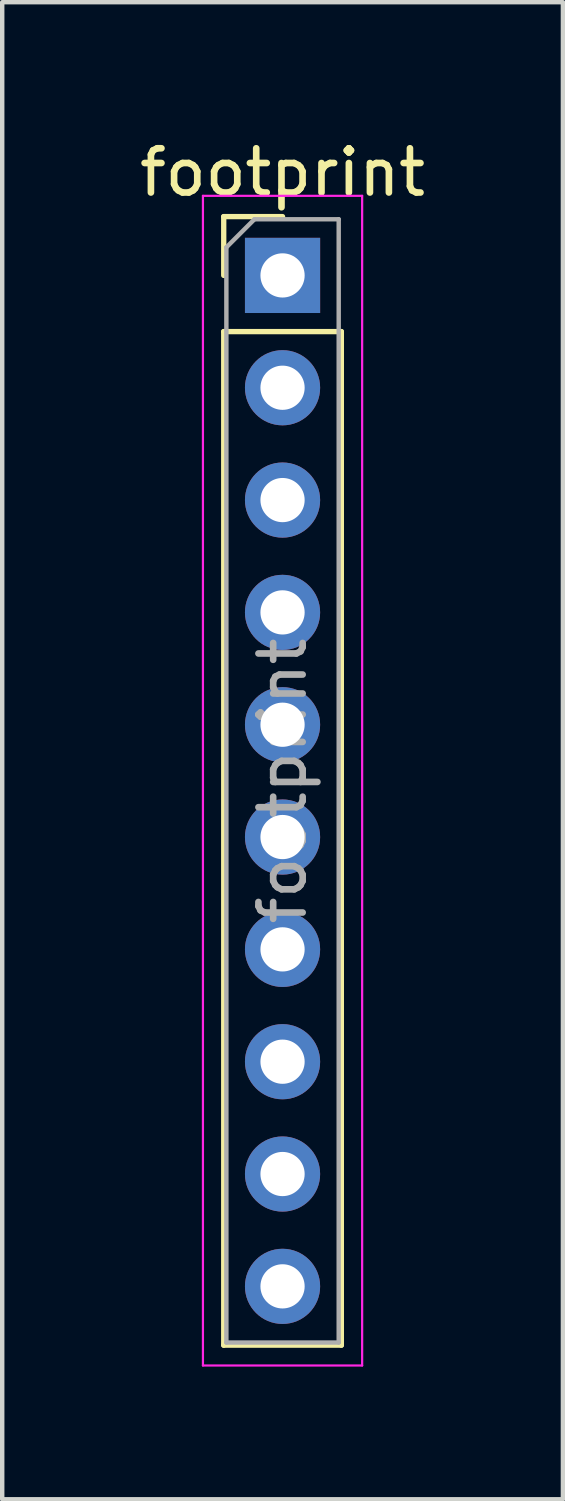
<source format=kicad_pcb>
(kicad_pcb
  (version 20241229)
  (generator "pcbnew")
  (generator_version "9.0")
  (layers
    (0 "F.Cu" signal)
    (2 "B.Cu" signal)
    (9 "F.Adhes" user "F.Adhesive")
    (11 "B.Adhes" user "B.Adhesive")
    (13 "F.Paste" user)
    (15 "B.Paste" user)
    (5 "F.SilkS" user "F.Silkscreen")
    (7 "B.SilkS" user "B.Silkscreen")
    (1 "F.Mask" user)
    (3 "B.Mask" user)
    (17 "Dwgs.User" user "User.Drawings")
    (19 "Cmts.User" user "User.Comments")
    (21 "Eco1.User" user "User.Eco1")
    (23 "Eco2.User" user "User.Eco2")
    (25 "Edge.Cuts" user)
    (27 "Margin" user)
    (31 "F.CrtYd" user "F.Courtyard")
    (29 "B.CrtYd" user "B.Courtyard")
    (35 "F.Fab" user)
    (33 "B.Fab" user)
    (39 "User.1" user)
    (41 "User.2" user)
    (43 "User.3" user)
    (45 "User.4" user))
  (footprint "footprint"
    (layer "F.Cu")
    (at 3.339 3.178)
    (property "Reference" "footprint" (at 0 -2.33 0) (layer "F.SilkS") (effects (font (size 1 1) (thickness 0.15))))
    (attr through_hole)
    (fp_line (start -1.33 -1.33) (end 0 -1.33) (stroke (width 0.12) (type solid)) (layer "F.SilkS"))
    (fp_line (start -1.33 0) (end -1.33 -1.33) (stroke (width 0.12) (type solid)) (layer "F.SilkS"))
    (fp_line (start -1.33 1.27) (end -1.33 24.19) (stroke (width 0.12) (type solid)) (layer "F.SilkS"))
    (fp_line (start -1.33 1.27) (end 1.33 1.27) (stroke (width 0.12) (type solid)) (layer "F.SilkS"))
    (fp_line (start -1.33 24.19) (end 1.33 24.19) (stroke (width 0.12) (type solid)) (layer "F.SilkS"))
    (fp_line (start 1.33 1.27) (end 1.33 24.19) (stroke (width 0.12) (type solid)) (layer "F.SilkS"))
    (fp_line (start -1.8 -1.8) (end -1.8 24.65) (stroke (width 0.05) (type solid)) (layer "F.CrtYd"))
    (fp_line (start -1.8 24.65) (end 1.8 24.65) (stroke (width 0.05) (type solid)) (layer "F.CrtYd"))
    (fp_line (start 1.8 -1.8) (end -1.8 -1.8) (stroke (width 0.05) (type solid)) (layer "F.CrtYd"))
    (fp_line (start 1.8 24.65) (end 1.8 -1.8) (stroke (width 0.05) (type solid)) (layer "F.CrtYd"))
    (fp_line (start -1.27 -0.635) (end -0.635 -1.27) (stroke (width 0.1) (type solid)) (layer "F.Fab"))
    (fp_line (start -1.27 24.13) (end -1.27 -0.635) (stroke (width 0.1) (type solid)) (layer "F.Fab"))
    (fp_line (start -0.635 -1.27) (end 1.27 -1.27) (stroke (width 0.1) (type solid)) (layer "F.Fab"))
    (fp_line (start 1.27 -1.27) (end 1.27 24.13) (stroke (width 0.1) (type solid)) (layer "F.Fab"))
    (fp_line (start 1.27 24.13) (end -1.27 24.13) (stroke (width 0.1) (type solid)) (layer "F.Fab"))
    (fp_text user "${REFERENCE}" (at 0 11.43 90) (layer "F.Fab") (effects (font (size 1 1) (thickness 0.15))))
    (pad "1" thru_hole rect (at 0 0) (size 1.7 1.7) (drill 1) (layers "*.Cu" "*.Mask"))
    (pad "2" thru_hole oval (at 0 2.54) (size 1.7 1.7) (drill 1) (layers "*.Cu" "*.Mask"))
    (pad "3" thru_hole oval (at 0 5.08) (size 1.7 1.7) (drill 1) (layers "*.Cu" "*.Mask"))
    (pad "4" thru_hole oval (at 0 7.62) (size 1.7 1.7) (drill 1) (layers "*.Cu" "*.Mask"))
    (pad "5" thru_hole oval (at 0 10.16) (size 1.7 1.7) (drill 1) (layers "*.Cu" "*.Mask"))
    (pad "6" thru_hole oval (at 0 12.7) (size 1.7 1.7) (drill 1) (layers "*.Cu" "*.Mask"))
    (pad "7" thru_hole oval (at 0 15.24) (size 1.7 1.7) (drill 1) (layers "*.Cu" "*.Mask"))
    (pad "8" thru_hole oval (at 0 17.78) (size 1.7 1.7) (drill 1) (layers "*.Cu" "*.Mask"))
    (pad "9" thru_hole oval (at 0 20.32) (size 1.7 1.7) (drill 1) (layers "*.Cu" "*.Mask"))
    (pad "10" thru_hole oval (at 0 22.86) (size 1.7 1.7) (drill 1) (layers "*.Cu" "*.Mask")))
  (gr_rect
    (start -3 -3)
    (end 9.679 30.853)
    (stroke (width 0.1) (type default))
    (fill no)
    (layer "Edge.Cuts")))
</source>
